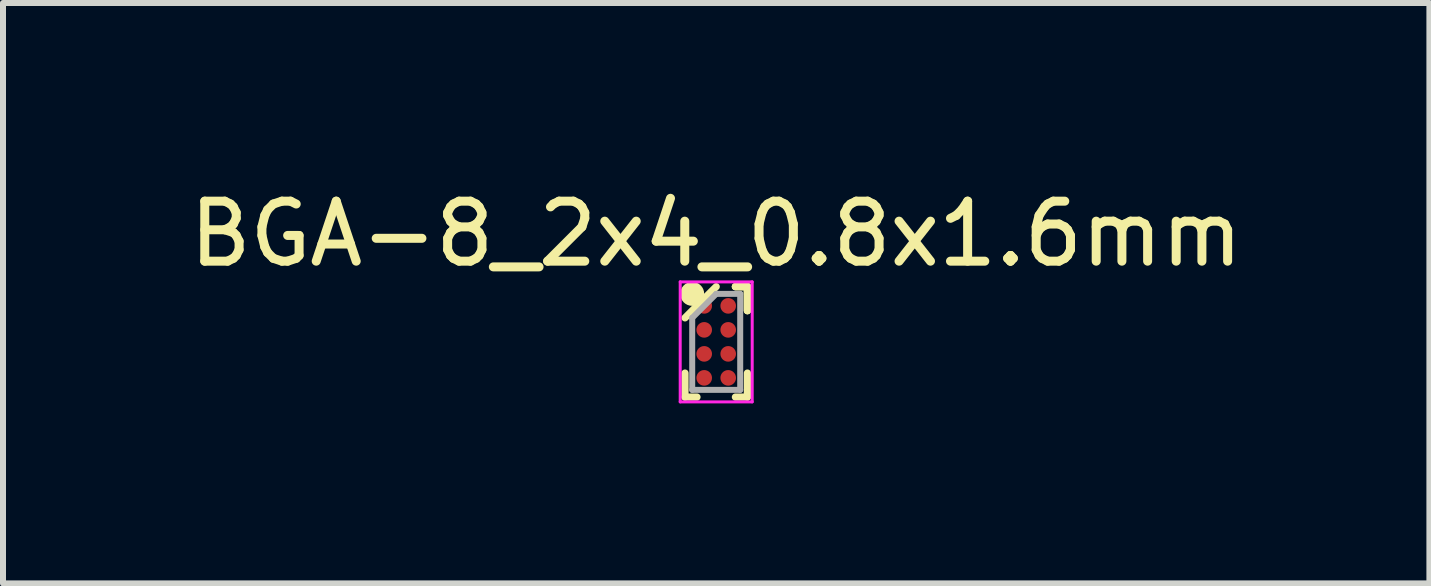
<source format=kicad_pcb>
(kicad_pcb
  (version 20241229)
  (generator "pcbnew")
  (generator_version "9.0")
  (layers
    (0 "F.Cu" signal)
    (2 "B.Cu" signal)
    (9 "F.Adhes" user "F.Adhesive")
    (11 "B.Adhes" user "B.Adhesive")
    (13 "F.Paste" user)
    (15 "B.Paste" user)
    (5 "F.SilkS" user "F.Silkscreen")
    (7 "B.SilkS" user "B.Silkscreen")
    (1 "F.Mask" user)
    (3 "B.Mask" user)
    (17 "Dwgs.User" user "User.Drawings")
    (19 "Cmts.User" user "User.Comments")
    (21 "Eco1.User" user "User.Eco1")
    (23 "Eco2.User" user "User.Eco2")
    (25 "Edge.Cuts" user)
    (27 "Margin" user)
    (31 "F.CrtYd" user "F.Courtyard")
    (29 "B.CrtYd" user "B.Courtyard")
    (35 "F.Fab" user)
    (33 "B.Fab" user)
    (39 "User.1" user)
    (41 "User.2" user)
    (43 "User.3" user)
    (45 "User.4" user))
  (footprint "BGA-8_2x4_0.8x1.6mm"
    (layer "F.Cu")
    (at 8.887 2.648)
    (property "Reference" "BGA-8_2x4_0.8x1.6mm" (at 0 -1.8 0) (layer "F.SilkS") (effects (font (size 1 1) (thickness 0.15))))
    (attr smd)
    (fp_line (start -0.52 0.92) (end -0.52 0.52) (stroke (width 0.12) (type solid)) (layer "F.SilkS"))
    (fp_line (start -0.32 0.92) (end -0.52 0.92) (stroke (width 0.12) (type solid)) (layer "F.SilkS"))
    (fp_line (start 0 -0.92) (end -0.52 -0.4) (stroke (width 0.12) (type solid)) (layer "F.SilkS"))
    (fp_line (start 0.32 -0.92) (end 0.52 -0.92) (stroke (width 0.12) (type solid)) (layer "F.SilkS"))
    (fp_line (start 0.32 -0.92) (end 0.52 -0.92) (stroke (width 0.12) (type solid)) (layer "F.SilkS"))
    (fp_line (start 0.32 -0.92) (end 0.52 -0.92) (stroke (width 0.12) (type solid)) (layer "F.SilkS"))
    (fp_line (start 0.32 0.92) (end 0.52 0.92) (stroke (width 0.12) (type solid)) (layer "F.SilkS"))
    (fp_line (start 0.52 -0.92) (end 0.52 -0.52) (stroke (width 0.12) (type solid)) (layer "F.SilkS"))
    (fp_line (start 0.52 -0.92) (end 0.52 -0.52) (stroke (width 0.12) (type solid)) (layer "F.SilkS"))
    (fp_line (start 0.52 -0.92) (end 0.52 -0.52) (stroke (width 0.12) (type solid)) (layer "F.SilkS"))
    (fp_line (start 0.52 0.92) (end 0.52 0.52) (stroke (width 0.12) (type solid)) (layer "F.SilkS"))
    (fp_circle (center -0.4 -0.8) (end -0.4 -0.7) (stroke (width 0.2) (type solid)) (fill no) (layer "F.SilkS"))
    (fp_line (start -0.6 -1) (end 0.6 -1) (stroke (width 0.05) (type solid)) (layer "F.CrtYd"))
    (fp_line (start -0.6 1) (end -0.6 -1) (stroke (width 0.05) (type solid)) (layer "F.CrtYd"))
    (fp_line (start 0.6 -1) (end 0.6 1) (stroke (width 0.05) (type solid)) (layer "F.CrtYd"))
    (fp_line (start 0.6 1) (end -0.6 1) (stroke (width 0.05) (type solid)) (layer "F.CrtYd"))
    (fp_line (start -0.4 -0.4) (end -0.4 0.8) (stroke (width 0.1) (type solid)) (layer "F.Fab"))
    (fp_line (start -0.4 0.8) (end 0.4 0.8) (stroke (width 0.1) (type solid)) (layer "F.Fab"))
    (fp_line (start 0 -0.8) (end -0.4 -0.4) (stroke (width 0.1) (type solid)) (layer "F.Fab"))
    (fp_line (start 0.4 -0.8) (end 0 -0.8) (stroke (width 0.1) (type solid)) (layer "F.Fab"))
    (fp_line (start 0.4 0.8) (end 0.4 -0.8) (stroke (width 0.1) (type solid)) (layer "F.Fab"))
    (pad "A1" smd circle (at -0.2 -0.6) (size 0.26 0.26) (layers "F.Cu" "F.Mask" "F.Paste"))
    (pad "A2" smd circle (at 0.2 -0.6) (size 0.26 0.26) (layers "F.Cu" "F.Mask" "F.Paste"))
    (pad "B1" smd circle (at -0.2 -0.2) (size 0.26 0.26) (layers "F.Cu" "F.Mask" "F.Paste"))
    (pad "B2" smd circle (at 0.2 -0.2) (size 0.26 0.26) (layers "F.Cu" "F.Mask" "F.Paste"))
    (pad "C1" smd circle (at -0.2 0.2) (size 0.26 0.26) (layers "F.Cu" "F.Mask" "F.Paste"))
    (pad "C2" smd circle (at 0.2 0.2) (size 0.26 0.26) (layers "F.Cu" "F.Mask" "F.Paste"))
    (pad "D1" smd circle (at -0.2 0.6) (size 0.26 0.26) (layers "F.Cu" "F.Mask" "F.Paste"))
    (pad "D2" smd circle (at 0.2 0.6) (size 0.26 0.26) (layers "F.Cu" "F.Mask" "F.Paste")))
  (gr_rect
    (start -3 -3)
    (end 20.774 6.673)
    (stroke (width 0.1) (type default))
    (fill no)
    (layer "Edge.Cuts")))
</source>
